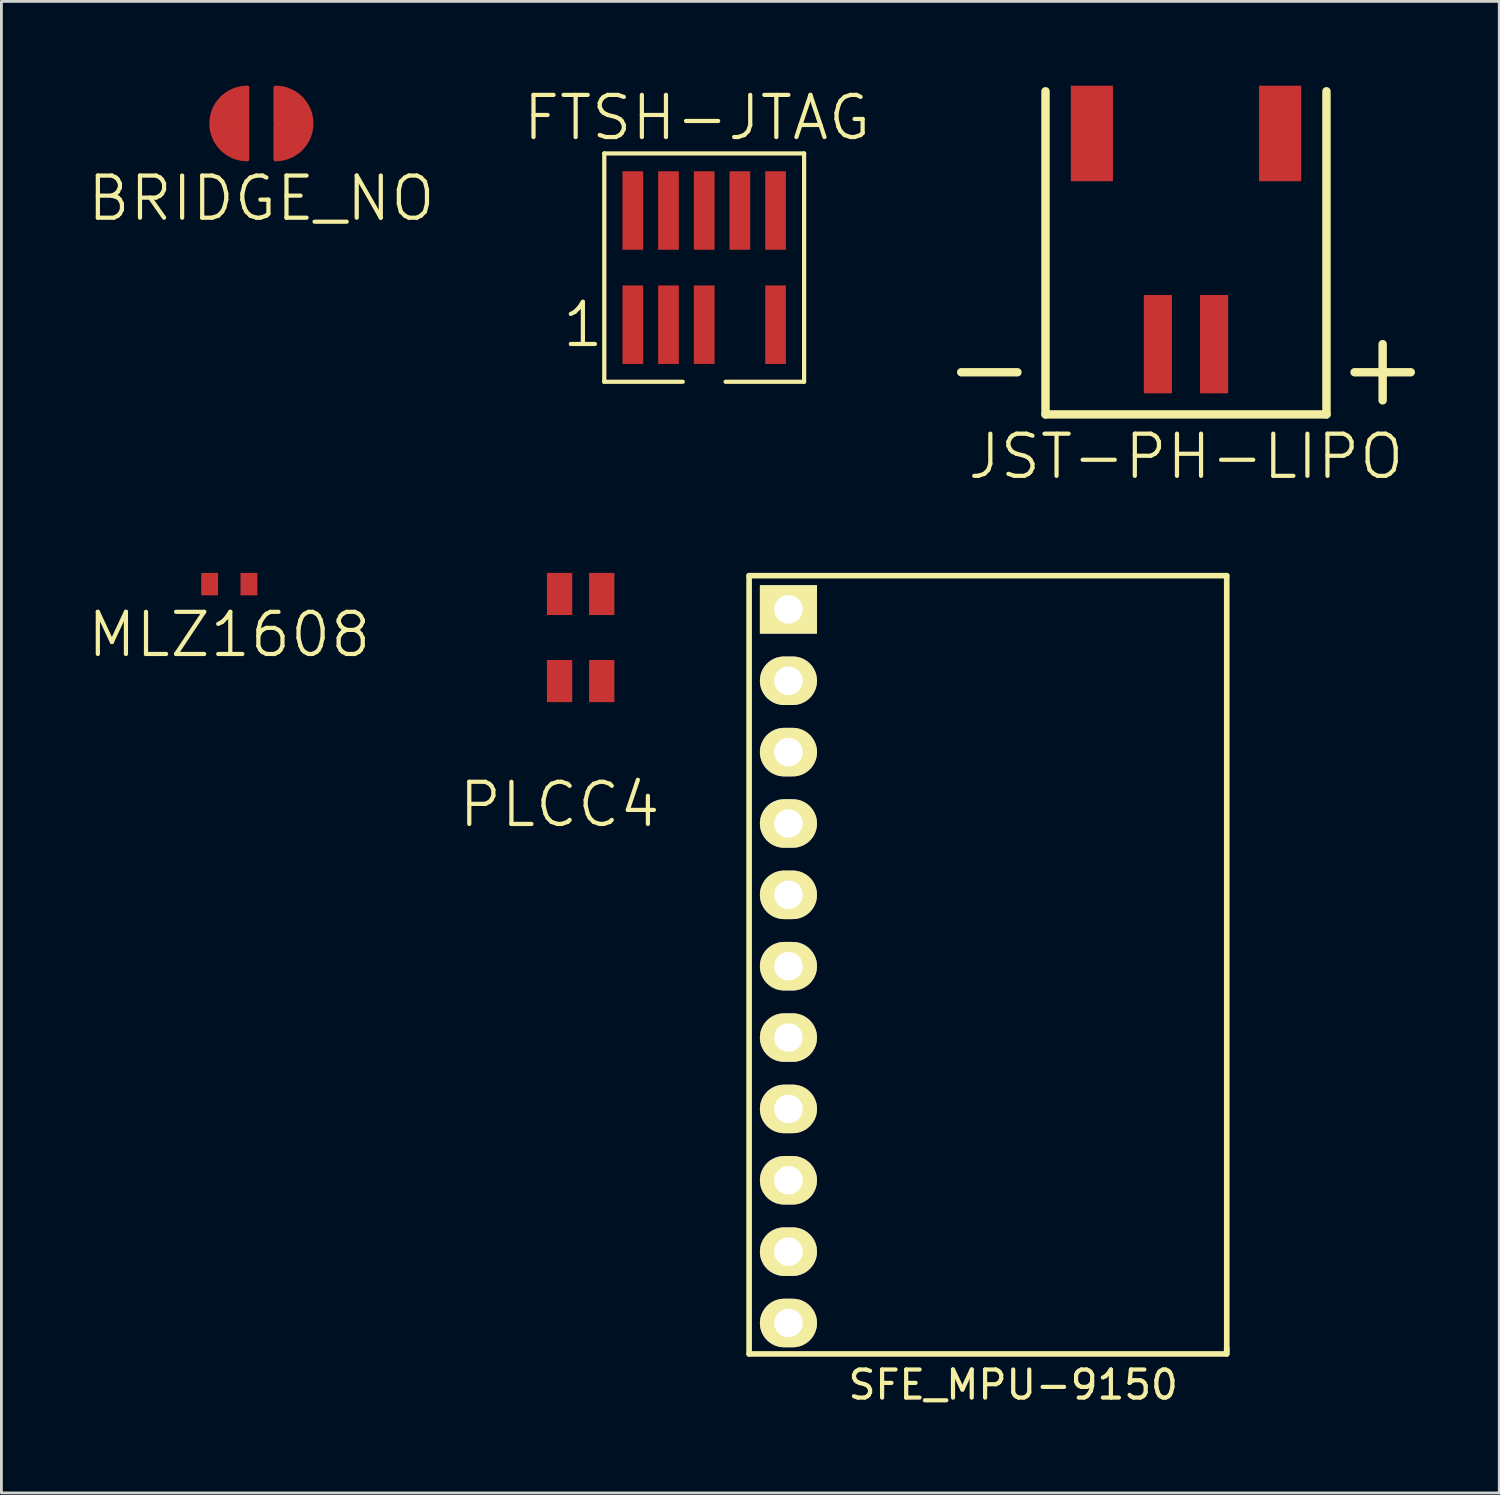
<source format=kicad_pcb>
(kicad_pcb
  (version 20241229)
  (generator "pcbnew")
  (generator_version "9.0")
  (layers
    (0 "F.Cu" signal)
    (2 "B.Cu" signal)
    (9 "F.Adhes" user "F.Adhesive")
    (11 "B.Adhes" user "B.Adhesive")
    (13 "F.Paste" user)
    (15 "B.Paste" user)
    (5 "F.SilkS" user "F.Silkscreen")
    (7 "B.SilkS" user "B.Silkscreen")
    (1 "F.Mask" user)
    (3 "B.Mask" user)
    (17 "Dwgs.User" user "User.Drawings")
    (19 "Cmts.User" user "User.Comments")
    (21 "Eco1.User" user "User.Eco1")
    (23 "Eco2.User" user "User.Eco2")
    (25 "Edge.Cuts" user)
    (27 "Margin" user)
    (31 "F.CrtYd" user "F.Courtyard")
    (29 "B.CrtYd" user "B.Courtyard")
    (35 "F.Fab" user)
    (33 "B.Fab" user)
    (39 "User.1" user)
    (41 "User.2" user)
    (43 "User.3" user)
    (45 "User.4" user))
  (footprint "PLCC4"
    (layer "F.Cu")
    (at 16.868 18.091)
    (property "Reference" "PLCC4" (at 0 7.5 0) (layer "F.SilkS") (effects (font (size 1.5 1.5) (thickness 0.15))))
    (attr through_hole)
    (pad "1" smd rect (at 0 3.1) (size 0.9 1.5) (layers "F.Cu" "F.Mask" "F.Paste"))
    (pad "2" smd rect (at 1.5 3.1) (size 0.9 1.5) (layers "F.Cu" "F.Mask" "F.Paste"))
    (pad "3" smd rect (at 1.5 0) (size 0.9 1.5) (layers "F.Cu" "F.Mask" "F.Paste"))
    (pad "4" smd rect (at 0 0) (size 0.9 1.5) (layers "F.Cu" "F.Mask" "F.Paste")))
  (footprint "JST-PH-LIPO"
    (layer "F.Cu")
    (at 39.164 9.2)
    (property "Reference" "JST-PH-LIPO" (at 0 4 0) (layer "F.SilkS") (effects (font (size 1.5 1.5) (thickness 0.15))))
    (attr through_hole)
    (fp_line (start -6 1) (end -8 1) (stroke (width 0.3) (type solid)) (layer "F.SilkS"))
    (fp_line (start -5 2.5) (end -5 -9) (stroke (width 0.3) (type solid)) (layer "F.SilkS"))
    (fp_line (start 5 -9) (end 5 2.5) (stroke (width 0.3) (type solid)) (layer "F.SilkS"))
    (fp_line (start 5 2.5) (end -5 2.5) (stroke (width 0.3) (type solid)) (layer "F.SilkS"))
    (fp_line (start 7 2) (end 7 0) (stroke (width 0.3) (type solid)) (layer "F.SilkS"))
    (fp_line (start 8 1) (end 6 1) (stroke (width 0.3) (type solid)) (layer "F.SilkS"))
    (pad "" smd rect (at -3.35 -7.5) (size 1.5 3.4) (layers "F.Cu" "F.Mask" "F.Paste"))
    (pad "" smd rect (at 3.35 -7.5) (size 1.5 3.4) (layers "F.Cu" "F.Mask" "F.Paste"))
    (pad "1" smd rect (at 1 0) (size 1 3.5) (layers "F.Cu" "F.Mask" "F.Paste"))
    (pad "2" smd rect (at -1 0) (size 1 3.5) (layers "F.Cu" "F.Mask" "F.Paste")))
  (footprint "BRIDGE_NO"
    (layer "F.Cu")
    (at 6.254 1.345)
    (property "Reference" "BRIDGE_NO" (at 0 2.667 0) (layer "F.SilkS") (effects (font (size 1.5 1.5) (thickness 0.15))))
    (attr through_hole)
    (fp_line (start -0.508 1.27) (end -0.508 -1.27) (stroke (width 0.15) (type solid)) (layer "F.Cu"))
    (fp_line (start 0.508 -1.27) (end 0.508 1.27) (stroke (width 0.15) (type solid)) (layer "F.Cu"))
    (fp_arc (start -0.508 0.127) (mid -0.635 0) (end -0.508 -0.127) (stroke (width 0.15) (type solid)) (layer "F.Cu"))
    (fp_arc (start -0.508 0.254) (mid -0.762 0) (end -0.508 -0.254) (stroke (width 0.15) (type solid)) (layer "F.Cu"))
    (fp_arc (start -0.508 0.381) (mid -0.889 0) (end -0.508 -0.381) (stroke (width 0.15) (type solid)) (layer "F.Cu"))
    (fp_arc (start -0.508 0.508) (mid -1.016 0) (end -0.508 -0.508) (stroke (width 0.15) (type solid)) (layer "F.Cu"))
    (fp_arc (start -0.508 0.635) (mid -1.143 0) (end -0.508 -0.635) (stroke (width 0.15) (type solid)) (layer "F.Cu"))
    (fp_arc (start -0.508 0.762) (mid -1.27 0) (end -0.508 -0.762) (stroke (width 0.15) (type solid)) (layer "F.Cu"))
    (fp_arc (start -0.508 0.889) (mid -1.397 0) (end -0.508 -0.889) (stroke (width 0.15) (type solid)) (layer "F.Cu"))
    (fp_arc (start -0.508 1.016) (mid -1.524 0) (end -0.508 -1.016) (stroke (width 0.15) (type solid)) (layer "F.Cu"))
    (fp_arc (start -0.508 1.143) (mid -1.651 0) (end -0.508 -1.143) (stroke (width 0.15) (type solid)) (layer "F.Cu"))
    (fp_arc (start -0.508 1.27) (mid -1.778 0) (end -0.508 -1.27) (stroke (width 0.15) (type solid)) (layer "F.Cu"))
    (fp_arc (start 0.508 -1.27) (mid 1.778 0) (end 0.508 1.27) (stroke (width 0.15) (type solid)) (layer "F.Cu"))
    (fp_arc (start 0.508 -1.143) (mid 1.651 0) (end 0.508 1.143) (stroke (width 0.15) (type solid)) (layer "F.Cu"))
    (fp_arc (start 0.508 -1.016) (mid 1.524 0) (end 0.508 1.016) (stroke (width 0.15) (type solid)) (layer "F.Cu"))
    (fp_arc (start 0.508 -0.889) (mid 1.397 0) (end 0.508 0.889) (stroke (width 0.15) (type solid)) (layer "F.Cu"))
    (fp_arc (start 0.508 -0.762) (mid 1.27 0) (end 0.508 0.762) (stroke (width 0.15) (type solid)) (layer "F.Cu"))
    (fp_arc (start 0.508 -0.635) (mid 1.143 0) (end 0.508 0.635) (stroke (width 0.15) (type solid)) (layer "F.Cu"))
    (fp_arc (start 0.508 -0.508) (mid 1.016 0) (end 0.508 0.508) (stroke (width 0.15) (type solid)) (layer "F.Cu"))
    (fp_arc (start 0.508 -0.381) (mid 0.889 0) (end 0.508 0.381) (stroke (width 0.15) (type solid)) (layer "F.Cu"))
    (fp_arc (start 0.508 -0.254) (mid 0.762 0) (end 0.508 0.254) (stroke (width 0.15) (type solid)) (layer "F.Cu"))
    (fp_arc (start 0.508 -0.127) (mid 0.635 0) (end 0.508 0.127) (stroke (width 0.15) (type solid)) (layer "F.Cu"))
    (fp_line (start -0.508 -1.27) (end 0.508 -1.27) (stroke (width 0.127) (type solid)) (layer "F.Mask"))
    (fp_line (start -0.508 1.27) (end -0.508 -1.27) (stroke (width 0.15) (type solid)) (layer "F.Mask"))
    (fp_line (start -0.508 1.27) (end 0.508 1.27) (stroke (width 0.127) (type solid)) (layer "F.Mask"))
    (fp_line (start -0.381 -1.27) (end -0.381 1.27) (stroke (width 0.127) (type solid)) (layer "F.Mask"))
    (fp_line (start -0.381 1.27) (end -0.254 1.27) (stroke (width 0.127) (type solid)) (layer "F.Mask"))
    (fp_line (start -0.254 -1.27) (end -0.127 -1.27) (stroke (width 0.127) (type solid)) (layer "F.Mask"))
    (fp_line (start -0.254 1.27) (end -0.254 -1.27) (stroke (width 0.127) (type solid)) (layer "F.Mask"))
    (fp_line (start -0.127 -1.27) (end -0.127 1.27) (stroke (width 0.127) (type solid)) (layer "F.Mask"))
    (fp_line (start -0.127 1.27) (end 0 1.27) (stroke (width 0.127) (type solid)) (layer "F.Mask"))
    (fp_line (start 0 -1.27) (end 0.127 -1.27) (stroke (width 0.127) (type solid)) (layer "F.Mask"))
    (fp_line (start 0 1.27) (end 0 -1.27) (stroke (width 0.127) (type solid)) (layer "F.Mask"))
    (fp_line (start 0.127 -1.27) (end 0.127 1.27) (stroke (width 0.127) (type solid)) (layer "F.Mask"))
    (fp_line (start 0.127 1.27) (end 0.254 1.27) (stroke (width 0.127) (type solid)) (layer "F.Mask"))
    (fp_line (start 0.254 -1.27) (end 0.381 -1.27) (stroke (width 0.127) (type solid)) (layer "F.Mask"))
    (fp_line (start 0.254 1.27) (end 0.254 -1.27) (stroke (width 0.127) (type solid)) (layer "F.Mask"))
    (fp_line (start 0.381 -1.27) (end 0.381 1.27) (stroke (width 0.127) (type solid)) (layer "F.Mask"))
    (fp_line (start 0.508 -1.27) (end 0.508 1.27) (stroke (width 0.15) (type solid)) (layer "F.Mask"))
    (fp_arc (start -0.508 0.127) (mid -0.635 0) (end -0.508 -0.127) (stroke (width 0.15) (type solid)) (layer "F.Mask"))
    (fp_arc (start -0.508 0.254) (mid -0.762 0) (end -0.508 -0.254) (stroke (width 0.15) (type solid)) (layer "F.Mask"))
    (fp_arc (start -0.508 0.381) (mid -0.889 0) (end -0.508 -0.381) (stroke (width 0.15) (type solid)) (layer "F.Mask"))
    (fp_arc (start -0.508 0.508) (mid -1.016 0) (end -0.508 -0.508) (stroke (width 0.15) (type solid)) (layer "F.Mask"))
    (fp_arc (start -0.508 0.635) (mid -1.143 0) (end -0.508 -0.635) (stroke (width 0.15) (type solid)) (layer "F.Mask"))
    (fp_arc (start -0.508 0.762) (mid -1.27 0) (end -0.508 -0.762) (stroke (width 0.15) (type solid)) (layer "F.Mask"))
    (fp_arc (start -0.508 0.889) (mid -1.397 0) (end -0.508 -0.889) (stroke (width 0.15) (type solid)) (layer "F.Mask"))
    (fp_arc (start -0.508 1.016) (mid -1.524 0) (end -0.508 -1.016) (stroke (width 0.15) (type solid)) (layer "F.Mask"))
    (fp_arc (start -0.508 1.143) (mid -1.651 0) (end -0.508 -1.143) (stroke (width 0.15) (type solid)) (layer "F.Mask"))
    (fp_arc (start -0.508 1.27) (mid -1.778 0) (end -0.508 -1.27) (stroke (width 0.15) (type solid)) (layer "F.Mask"))
    (fp_arc (start 0.508 -1.27) (mid 1.778 0) (end 0.508 1.27) (stroke (width 0.15) (type solid)) (layer "F.Mask"))
    (fp_arc (start 0.508 -1.143) (mid 1.651 0) (end 0.508 1.143) (stroke (width 0.15) (type solid)) (layer "F.Mask"))
    (fp_arc (start 0.508 -1.016) (mid 1.524 0) (end 0.508 1.016) (stroke (width 0.15) (type solid)) (layer "F.Mask"))
    (fp_arc (start 0.508 -0.889) (mid 1.397 0) (end 0.508 0.889) (stroke (width 0.15) (type solid)) (layer "F.Mask"))
    (fp_arc (start 0.508 -0.762) (mid 1.27 0) (end 0.508 0.762) (stroke (width 0.15) (type solid)) (layer "F.Mask"))
    (fp_arc (start 0.508 -0.635) (mid 1.143 0) (end 0.508 0.635) (stroke (width 0.15) (type solid)) (layer "F.Mask"))
    (fp_arc (start 0.508 -0.508) (mid 1.016 0) (end 0.508 0.508) (stroke (width 0.15) (type solid)) (layer "F.Mask"))
    (fp_arc (start 0.508 -0.381) (mid 0.889 0) (end 0.508 0.381) (stroke (width 0.15) (type solid)) (layer "F.Mask"))
    (fp_arc (start 0.508 -0.254) (mid 0.762 0) (end 0.508 0.254) (stroke (width 0.15) (type solid)) (layer "F.Mask"))
    (fp_arc (start 0.508 -0.127) (mid 0.635 0) (end 0.508 0.127) (stroke (width 0.15) (type solid)) (layer "F.Mask"))
    (pad "1" smd rect (at -1.143 0) (size 1.27 0.508) (layers "F.Cu"))
    (pad "2" smd rect (at 1.143 0) (size 1.27 0.508) (layers "F.Cu")))
  (footprint "FTSH-JTAG"
    (layer "F.Cu")
    (at 19.475 8.507)
    (property "Reference" "FTSH-JTAG" (at 2.286 -7.366 0) (layer "F.SilkS") (effects (font (size 1.5 1.5) (thickness 0.15))))
    (attr through_hole)
    (fp_line (start -1.016 -6.096) (end 6.096 -6.096) (stroke (width 0.15) (type solid)) (layer "F.SilkS"))
    (fp_line (start -1.016 2.032) (end -1.016 -6.096) (stroke (width 0.15) (type solid)) (layer "F.SilkS"))
    (fp_line (start 1.778 2.032) (end -1.016 2.032) (stroke (width 0.15) (type solid)) (layer "F.SilkS"))
    (fp_line (start 3.302 2.032) (end 6.096 2.032) (stroke (width 0.15) (type solid)) (layer "F.SilkS"))
    (fp_line (start 6.096 -6.096) (end 6.096 2.032) (stroke (width 0.15) (type solid)) (layer "F.SilkS"))
    (fp_text user "1" (at -1.778 0 0) (layer "F.SilkS") (effects (font (size 1.5 1.5) (thickness 0.15))))
    (pad "1" smd rect (at 0 0) (size 0.737 2.794) (layers "F.Cu" "F.Mask" "F.Paste"))
    (pad "2" smd rect (at 0 -4.064) (size 0.737 2.794) (layers "F.Cu" "F.Mask" "F.Paste"))
    (pad "3" smd rect (at 1.27 0) (size 0.737 2.794) (layers "F.Cu" "F.Mask" "F.Paste"))
    (pad "4" smd rect (at 1.27 -4.064) (size 0.737 2.794) (layers "F.Cu" "F.Mask" "F.Paste"))
    (pad "5" smd rect (at 2.54 0) (size 0.737 2.794) (layers "F.Cu" "F.Mask" "F.Paste"))
    (pad "6" smd rect (at 2.54 -4.064) (size 0.737 2.794) (layers "F.Cu" "F.Mask" "F.Paste"))
    (pad "8" smd rect (at 3.81 -4.064) (size 0.737 2.794) (layers "F.Cu" "F.Mask" "F.Paste"))
    (pad "9" smd rect (at 5.08 0) (size 0.737 2.794) (layers "F.Cu" "F.Mask" "F.Paste"))
    (pad "10" smd rect (at 5.08 -4.064) (size 0.737 2.794) (layers "F.Cu" "F.Mask" "F.Paste")))
  (footprint "MLZ1608"
    (layer "F.Cu")
    (at 5.111 17.741)
    (property "Reference" "MLZ1608" (at 0 1.8 0) (layer "F.SilkS") (effects (font (size 1.5 1.5) (thickness 0.15))))
    (attr through_hole)
    (pad "1" smd rect (at -0.7 0) (size 0.6 0.8) (layers "F.Cu" "F.Mask" "F.Paste"))
    (pad "2" smd rect (at 0.7 0) (size 0.6 0.8) (layers "F.Cu" "F.Mask" "F.Paste")))
  (footprint "SFE_MPU-9150"
    (layer "F.Cu")
    (at 25.014 18.641)
    (property "Reference" "SFE_MPU-9150" (at 8 27.6 0) (layer "F.SilkS") (effects (font (size 1 1) (thickness 0.15))))
    (attr through_hole)
    (fp_line (start -1.4 -1.2) (end -1.4 26.5) (stroke (width 0.2) (type solid)) (layer "F.SilkS"))
    (fp_line (start -1.4 -1.2) (end 15.6 -1.2) (stroke (width 0.2) (type solid)) (layer "F.SilkS"))
    (fp_line (start -1.4 26.5) (end 15.6 26.5) (stroke (width 0.2) (type solid)) (layer "F.SilkS"))
    (fp_line (start 15.6 -1.2) (end 15.6 26.4) (stroke (width 0.2) (type solid)) (layer "F.SilkS"))
    (fp_line (start 15.6 26.5) (end 15.6 26.3) (stroke (width 0.2) (type solid)) (layer "F.SilkS"))
    (pad "1" thru_hole rect (at 0 0) (size 2.032 1.727) (drill 1.016) (layers "*.Cu" "*.Mask" "F.SilkS"))
    (pad "2" thru_hole oval (at 0 2.54) (size 2.032 1.727) (drill 1.016) (layers "*.Cu" "*.Mask" "F.SilkS"))
    (pad "3" thru_hole oval (at 0 5.08) (size 2.032 1.727) (drill 1.016) (layers "*.Cu" "*.Mask" "F.SilkS"))
    (pad "4" thru_hole oval (at 0 7.62) (size 2.032 1.727) (drill 1.016) (layers "*.Cu" "*.Mask" "F.SilkS"))
    (pad "5" thru_hole oval (at 0 10.16) (size 2.032 1.727) (drill 1.016) (layers "*.Cu" "*.Mask" "F.SilkS"))
    (pad "6" thru_hole oval (at 0 12.7) (size 2.032 1.727) (drill 1.016) (layers "*.Cu" "*.Mask" "F.SilkS"))
    (pad "7" thru_hole oval (at 0 15.24) (size 2.032 1.727) (drill 1.016) (layers "*.Cu" "*.Mask" "F.SilkS"))
    (pad "8" thru_hole oval (at 0 17.78) (size 2.032 1.727) (drill 1.016) (layers "*.Cu" "*.Mask" "F.SilkS"))
    (pad "9" thru_hole oval (at 0 20.32) (size 2.032 1.727) (drill 1.016) (layers "*.Cu" "*.Mask" "F.SilkS"))
    (pad "10" thru_hole oval (at 0 22.86) (size 2.032 1.727) (drill 1.016) (layers "*.Cu" "*.Mask" "F.SilkS"))
    (pad "11" thru_hole oval (at 0 25.4) (size 2.032 1.727) (drill 1.016) (layers "*.Cu" "*.Mask" "F.SilkS")))
  (gr_rect
    (start -3 -3)
    (end 50.314 50.089)
    (stroke (width 0.1) (type default))
    (fill no)
    (layer "Edge.Cuts")))
</source>
